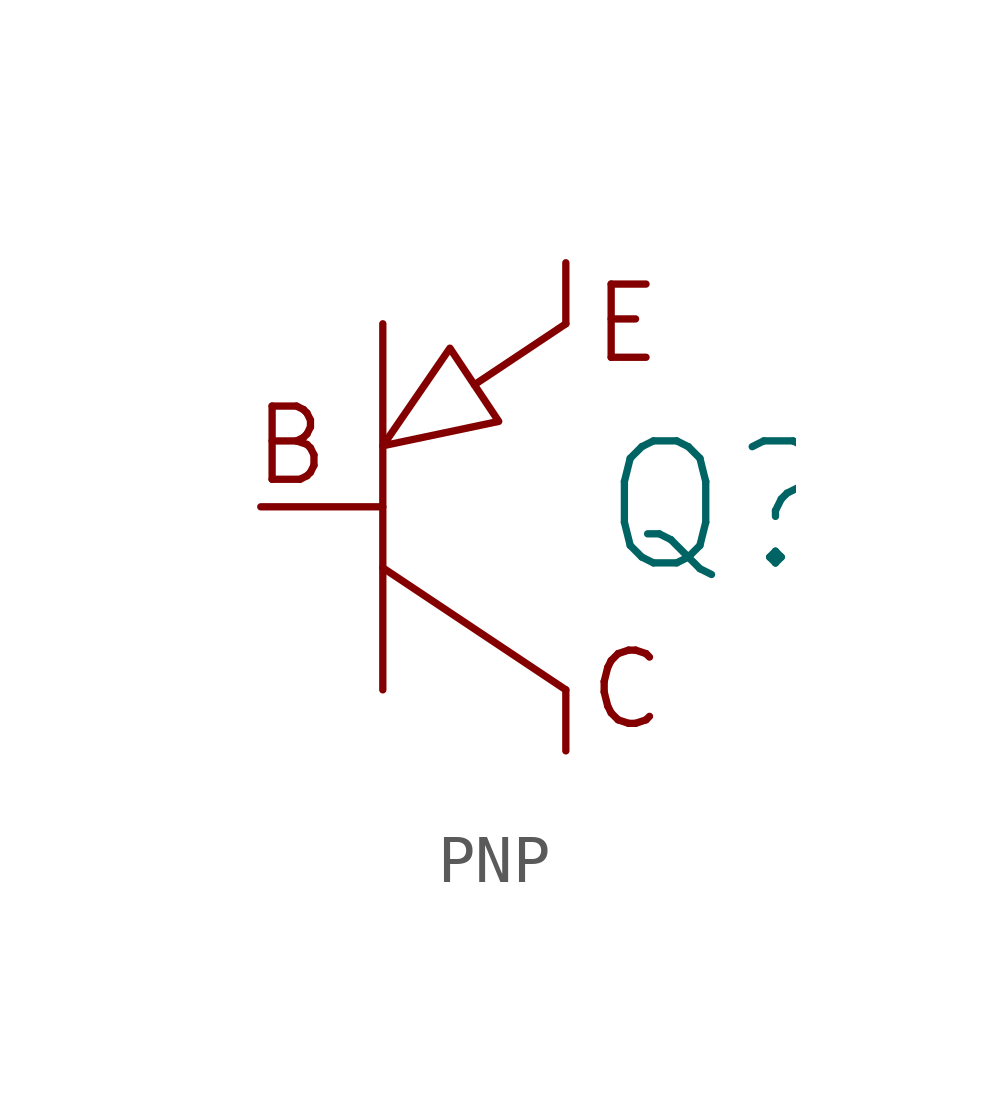
<source format=kicad_sym>
(kicad_symbol_lib
  (version 20220914)
  (generator kicad_symbol_editor)
  (symbol "PNP"
    (pin_names
      (offset 1.016))
    (property "Reference" "Q"
      (at 6.985 -5.08 0)
      (effects (font (size 2.54 2.54)) (justify left)))
    (symbol "PNP_0_0"
      (polyline (pts (xy 4.445 -2.54) (xy 6.35 -1.27)) (stroke (width 0) (type default)) (fill (type none)))
      (text "B" (at 0.635 -3.81 0) (effects (font (size 1.524 1.524))))
      (text "C" (at 7.62 -8.89 0) (effects (font (size 1.524 1.524))))
      (text "E" (at 7.62 -1.27 0) (effects (font (size 1.524 1.524)))))
    (symbol "PNP_0_1"
      (polyline (pts (xy 2.54 -1.27) (xy 2.54 -8.89)) (stroke (width 0) (type default)) (fill (type none)))
      (polyline (pts (xy 6.35 -8.89) (xy 2.54 -6.35)) (stroke (width 0) (type default)) (fill (type none)))
      (polyline (pts (xy 4.953 -3.302) (xy 3.937 -1.778) (xy 2.54 -3.81) (xy 4.953 -3.302)) (stroke (width 0) (type default)) (fill (type none))))
    (symbol "PNP_1_1"
      (pin input line (at 0 -5.08 0) (length 2.54) (name "" (effects (font (size 1.27 1.27)))) (number "" (effects (font (size 1.143 1.143)))))
      (pin input line (at 6.35 -10.16 90) (length 1.27) (name "" (effects (font (size 1.27 1.27)))) (number "" (effects (font (size 1.143 1.143)))))
      (pin input line (at 6.35 0 270) (length 1.27) (name "" (effects (font (size 1.27 1.27)))) (number "" (effects (font (size 1.143 1.143))))))))
</source>
